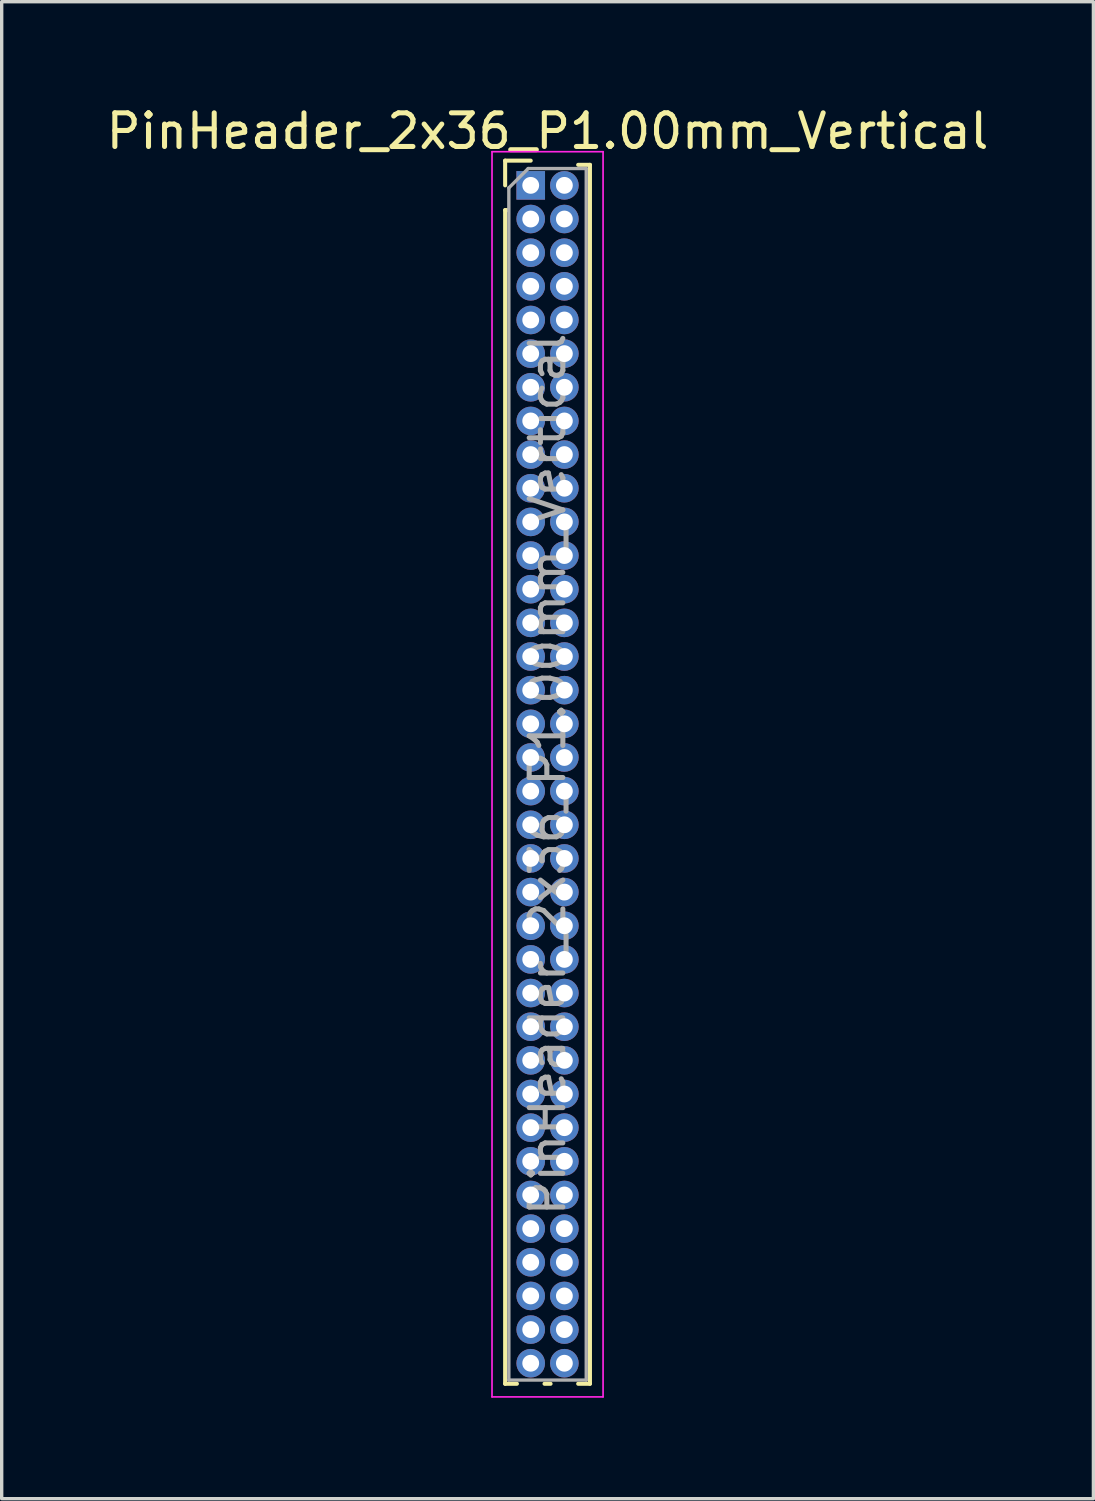
<source format=kicad_pcb>
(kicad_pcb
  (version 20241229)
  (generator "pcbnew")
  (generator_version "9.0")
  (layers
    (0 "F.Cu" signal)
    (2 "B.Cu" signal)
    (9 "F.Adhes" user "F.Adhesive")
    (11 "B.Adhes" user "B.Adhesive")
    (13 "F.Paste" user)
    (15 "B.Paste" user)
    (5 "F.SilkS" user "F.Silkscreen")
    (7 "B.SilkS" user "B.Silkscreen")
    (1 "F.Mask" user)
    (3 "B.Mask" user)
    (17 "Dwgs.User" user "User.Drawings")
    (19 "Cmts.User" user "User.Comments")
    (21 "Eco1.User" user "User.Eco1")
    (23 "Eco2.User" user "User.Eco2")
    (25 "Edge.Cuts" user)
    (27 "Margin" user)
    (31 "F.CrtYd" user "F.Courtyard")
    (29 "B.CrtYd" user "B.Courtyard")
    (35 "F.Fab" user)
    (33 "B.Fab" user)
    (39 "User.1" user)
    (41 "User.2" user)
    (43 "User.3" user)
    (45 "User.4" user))
  (footprint "PinHeader_2x36_P1.00mm_Vertical"
    (layer "F.Cu")
    (at 12.72 2.458)
    (property "Reference" "PinHeader_2x36_P1.00mm_Vertical" (at 0.5 -1.61 0) (layer "F.SilkS") (effects (font (size 1 1) (thickness 0.15))))
    (attr through_hole)
    (fp_line (start -0.76 -0.735) (end 0 -0.735) (stroke (width 0.12) (type solid)) (layer "F.SilkS"))
    (fp_line (start -0.76 0) (end -0.76 -0.735) (stroke (width 0.12) (type solid)) (layer "F.SilkS"))
    (fp_line (start -0.76 0.735) (end -0.76 35.61) (stroke (width 0.12) (type solid)) (layer "F.SilkS"))
    (fp_line (start -0.76 0.735) (end -0.686 0.735) (stroke (width 0.12) (type solid)) (layer "F.SilkS"))
    (fp_line (start -0.76 35.61) (end -0.41 35.61) (stroke (width 0.12) (type solid)) (layer "F.SilkS"))
    (fp_line (start 0.41 35.61) (end 0.59 35.61) (stroke (width 0.12) (type solid)) (layer "F.SilkS"))
    (fp_line (start 1.41 -0.61) (end 1.76 -0.61) (stroke (width 0.12) (type solid)) (layer "F.SilkS"))
    (fp_line (start 1.41 35.61) (end 1.76 35.61) (stroke (width 0.12) (type solid)) (layer "F.SilkS"))
    (fp_line (start 1.76 -0.61) (end 1.76 35.61) (stroke (width 0.12) (type solid)) (layer "F.SilkS"))
    (fp_line (start -1.15 -1) (end -1.15 36) (stroke (width 0.05) (type solid)) (layer "F.CrtYd"))
    (fp_line (start -1.15 36) (end 2.15 36) (stroke (width 0.05) (type solid)) (layer "F.CrtYd"))
    (fp_line (start 2.15 -1) (end -1.15 -1) (stroke (width 0.05) (type solid)) (layer "F.CrtYd"))
    (fp_line (start 2.15 36) (end 2.15 -1) (stroke (width 0.05) (type solid)) (layer "F.CrtYd"))
    (fp_line (start -0.65 0.075) (end -0.075 -0.5) (stroke (width 0.1) (type solid)) (layer "F.Fab"))
    (fp_line (start -0.65 35.5) (end -0.65 0.075) (stroke (width 0.1) (type solid)) (layer "F.Fab"))
    (fp_line (start -0.075 -0.5) (end 1.65 -0.5) (stroke (width 0.1) (type solid)) (layer "F.Fab"))
    (fp_line (start 1.65 -0.5) (end 1.65 35.5) (stroke (width 0.1) (type solid)) (layer "F.Fab"))
    (fp_line (start 1.65 35.5) (end -0.65 35.5) (stroke (width 0.1) (type solid)) (layer "F.Fab"))
    (fp_text user "${REFERENCE}" (at 0.5 17.5 90) (layer "F.Fab") (effects (font (size 1 1) (thickness 0.15))))
    (pad "1" thru_hole rect (at 0 0) (size 0.85 0.85) (drill 0.5) (layers "*.Cu" "*.Mask"))
    (pad "2" thru_hole circle (at 1 0) (size 0.85 0.85) (drill 0.5) (layers "*.Cu" "*.Mask"))
    (pad "3" thru_hole circle (at 0 1) (size 0.85 0.85) (drill 0.5) (layers "*.Cu" "*.Mask"))
    (pad "4" thru_hole circle (at 1 1) (size 0.85 0.85) (drill 0.5) (layers "*.Cu" "*.Mask"))
    (pad "5" thru_hole circle (at 0 2) (size 0.85 0.85) (drill 0.5) (layers "*.Cu" "*.Mask"))
    (pad "6" thru_hole circle (at 1 2) (size 0.85 0.85) (drill 0.5) (layers "*.Cu" "*.Mask"))
    (pad "7" thru_hole circle (at 0 3) (size 0.85 0.85) (drill 0.5) (layers "*.Cu" "*.Mask"))
    (pad "8" thru_hole circle (at 1 3) (size 0.85 0.85) (drill 0.5) (layers "*.Cu" "*.Mask"))
    (pad "9" thru_hole circle (at 0 4) (size 0.85 0.85) (drill 0.5) (layers "*.Cu" "*.Mask"))
    (pad "10" thru_hole circle (at 1 4) (size 0.85 0.85) (drill 0.5) (layers "*.Cu" "*.Mask"))
    (pad "11" thru_hole circle (at 0 5) (size 0.85 0.85) (drill 0.5) (layers "*.Cu" "*.Mask"))
    (pad "12" thru_hole circle (at 1 5) (size 0.85 0.85) (drill 0.5) (layers "*.Cu" "*.Mask"))
    (pad "13" thru_hole circle (at 0 6) (size 0.85 0.85) (drill 0.5) (layers "*.Cu" "*.Mask"))
    (pad "14" thru_hole circle (at 1 6) (size 0.85 0.85) (drill 0.5) (layers "*.Cu" "*.Mask"))
    (pad "15" thru_hole circle (at 0 7) (size 0.85 0.85) (drill 0.5) (layers "*.Cu" "*.Mask"))
    (pad "16" thru_hole circle (at 1 7) (size 0.85 0.85) (drill 0.5) (layers "*.Cu" "*.Mask"))
    (pad "17" thru_hole circle (at 0 8) (size 0.85 0.85) (drill 0.5) (layers "*.Cu" "*.Mask"))
    (pad "18" thru_hole circle (at 1 8) (size 0.85 0.85) (drill 0.5) (layers "*.Cu" "*.Mask"))
    (pad "19" thru_hole circle (at 0 9) (size 0.85 0.85) (drill 0.5) (layers "*.Cu" "*.Mask"))
    (pad "20" thru_hole circle (at 1 9) (size 0.85 0.85) (drill 0.5) (layers "*.Cu" "*.Mask"))
    (pad "21" thru_hole circle (at 0 10) (size 0.85 0.85) (drill 0.5) (layers "*.Cu" "*.Mask"))
    (pad "22" thru_hole circle (at 1 10) (size 0.85 0.85) (drill 0.5) (layers "*.Cu" "*.Mask"))
    (pad "23" thru_hole circle (at 0 11) (size 0.85 0.85) (drill 0.5) (layers "*.Cu" "*.Mask"))
    (pad "24" thru_hole circle (at 1 11) (size 0.85 0.85) (drill 0.5) (layers "*.Cu" "*.Mask"))
    (pad "25" thru_hole circle (at 0 12) (size 0.85 0.85) (drill 0.5) (layers "*.Cu" "*.Mask"))
    (pad "26" thru_hole circle (at 1 12) (size 0.85 0.85) (drill 0.5) (layers "*.Cu" "*.Mask"))
    (pad "27" thru_hole circle (at 0 13) (size 0.85 0.85) (drill 0.5) (layers "*.Cu" "*.Mask"))
    (pad "28" thru_hole circle (at 1 13) (size 0.85 0.85) (drill 0.5) (layers "*.Cu" "*.Mask"))
    (pad "29" thru_hole circle (at 0 14) (size 0.85 0.85) (drill 0.5) (layers "*.Cu" "*.Mask"))
    (pad "30" thru_hole circle (at 1 14) (size 0.85 0.85) (drill 0.5) (layers "*.Cu" "*.Mask"))
    (pad "31" thru_hole circle (at 0 15) (size 0.85 0.85) (drill 0.5) (layers "*.Cu" "*.Mask"))
    (pad "32" thru_hole circle (at 1 15) (size 0.85 0.85) (drill 0.5) (layers "*.Cu" "*.Mask"))
    (pad "33" thru_hole circle (at 0 16) (size 0.85 0.85) (drill 0.5) (layers "*.Cu" "*.Mask"))
    (pad "34" thru_hole circle (at 1 16) (size 0.85 0.85) (drill 0.5) (layers "*.Cu" "*.Mask"))
    (pad "35" thru_hole circle (at 0 17) (size 0.85 0.85) (drill 0.5) (layers "*.Cu" "*.Mask"))
    (pad "36" thru_hole circle (at 1 17) (size 0.85 0.85) (drill 0.5) (layers "*.Cu" "*.Mask"))
    (pad "37" thru_hole circle (at 0 18) (size 0.85 0.85) (drill 0.5) (layers "*.Cu" "*.Mask"))
    (pad "38" thru_hole circle (at 1 18) (size 0.85 0.85) (drill 0.5) (layers "*.Cu" "*.Mask"))
    (pad "39" thru_hole circle (at 0 19) (size 0.85 0.85) (drill 0.5) (layers "*.Cu" "*.Mask"))
    (pad "40" thru_hole circle (at 1 19) (size 0.85 0.85) (drill 0.5) (layers "*.Cu" "*.Mask"))
    (pad "41" thru_hole circle (at 0 20) (size 0.85 0.85) (drill 0.5) (layers "*.Cu" "*.Mask"))
    (pad "42" thru_hole circle (at 1 20) (size 0.85 0.85) (drill 0.5) (layers "*.Cu" "*.Mask"))
    (pad "43" thru_hole circle (at 0 21) (size 0.85 0.85) (drill 0.5) (layers "*.Cu" "*.Mask"))
    (pad "44" thru_hole circle (at 1 21) (size 0.85 0.85) (drill 0.5) (layers "*.Cu" "*.Mask"))
    (pad "45" thru_hole circle (at 0 22) (size 0.85 0.85) (drill 0.5) (layers "*.Cu" "*.Mask"))
    (pad "46" thru_hole circle (at 1 22) (size 0.85 0.85) (drill 0.5) (layers "*.Cu" "*.Mask"))
    (pad "47" thru_hole circle (at 0 23) (size 0.85 0.85) (drill 0.5) (layers "*.Cu" "*.Mask"))
    (pad "48" thru_hole circle (at 1 23) (size 0.85 0.85) (drill 0.5) (layers "*.Cu" "*.Mask"))
    (pad "49" thru_hole circle (at 0 24) (size 0.85 0.85) (drill 0.5) (layers "*.Cu" "*.Mask"))
    (pad "50" thru_hole circle (at 1 24) (size 0.85 0.85) (drill 0.5) (layers "*.Cu" "*.Mask"))
    (pad "51" thru_hole circle (at 0 25) (size 0.85 0.85) (drill 0.5) (layers "*.Cu" "*.Mask"))
    (pad "52" thru_hole circle (at 1 25) (size 0.85 0.85) (drill 0.5) (layers "*.Cu" "*.Mask"))
    (pad "53" thru_hole circle (at 0 26) (size 0.85 0.85) (drill 0.5) (layers "*.Cu" "*.Mask"))
    (pad "54" thru_hole circle (at 1 26) (size 0.85 0.85) (drill 0.5) (layers "*.Cu" "*.Mask"))
    (pad "55" thru_hole circle (at 0 27) (size 0.85 0.85) (drill 0.5) (layers "*.Cu" "*.Mask"))
    (pad "56" thru_hole circle (at 1 27) (size 0.85 0.85) (drill 0.5) (layers "*.Cu" "*.Mask"))
    (pad "57" thru_hole circle (at 0 28) (size 0.85 0.85) (drill 0.5) (layers "*.Cu" "*.Mask"))
    (pad "58" thru_hole circle (at 1 28) (size 0.85 0.85) (drill 0.5) (layers "*.Cu" "*.Mask"))
    (pad "59" thru_hole circle (at 0 29) (size 0.85 0.85) (drill 0.5) (layers "*.Cu" "*.Mask"))
    (pad "60" thru_hole circle (at 1 29) (size 0.85 0.85) (drill 0.5) (layers "*.Cu" "*.Mask"))
    (pad "61" thru_hole circle (at 0 30) (size 0.85 0.85) (drill 0.5) (layers "*.Cu" "*.Mask"))
    (pad "62" thru_hole circle (at 1 30) (size 0.85 0.85) (drill 0.5) (layers "*.Cu" "*.Mask"))
    (pad "63" thru_hole circle (at 0 31) (size 0.85 0.85) (drill 0.5) (layers "*.Cu" "*.Mask"))
    (pad "64" thru_hole circle (at 1 31) (size 0.85 0.85) (drill 0.5) (layers "*.Cu" "*.Mask"))
    (pad "65" thru_hole circle (at 0 32) (size 0.85 0.85) (drill 0.5) (layers "*.Cu" "*.Mask"))
    (pad "66" thru_hole circle (at 1 32) (size 0.85 0.85) (drill 0.5) (layers "*.Cu" "*.Mask"))
    (pad "67" thru_hole circle (at 0 33) (size 0.85 0.85) (drill 0.5) (layers "*.Cu" "*.Mask"))
    (pad "68" thru_hole circle (at 1 33) (size 0.85 0.85) (drill 0.5) (layers "*.Cu" "*.Mask"))
    (pad "69" thru_hole circle (at 0 34) (size 0.85 0.85) (drill 0.5) (layers "*.Cu" "*.Mask"))
    (pad "70" thru_hole circle (at 1 34) (size 0.85 0.85) (drill 0.5) (layers "*.Cu" "*.Mask"))
    (pad "71" thru_hole circle (at 0 35) (size 0.85 0.85) (drill 0.5) (layers "*.Cu" "*.Mask"))
    (pad "72" thru_hole circle (at 1 35) (size 0.85 0.85) (drill 0.5) (layers "*.Cu" "*.Mask")))
  (gr_rect
    (start -3 -3)
    (end 29.44 41.483)
    (stroke (width 0.1) (type default))
    (fill no)
    (layer "Edge.Cuts")))
</source>
